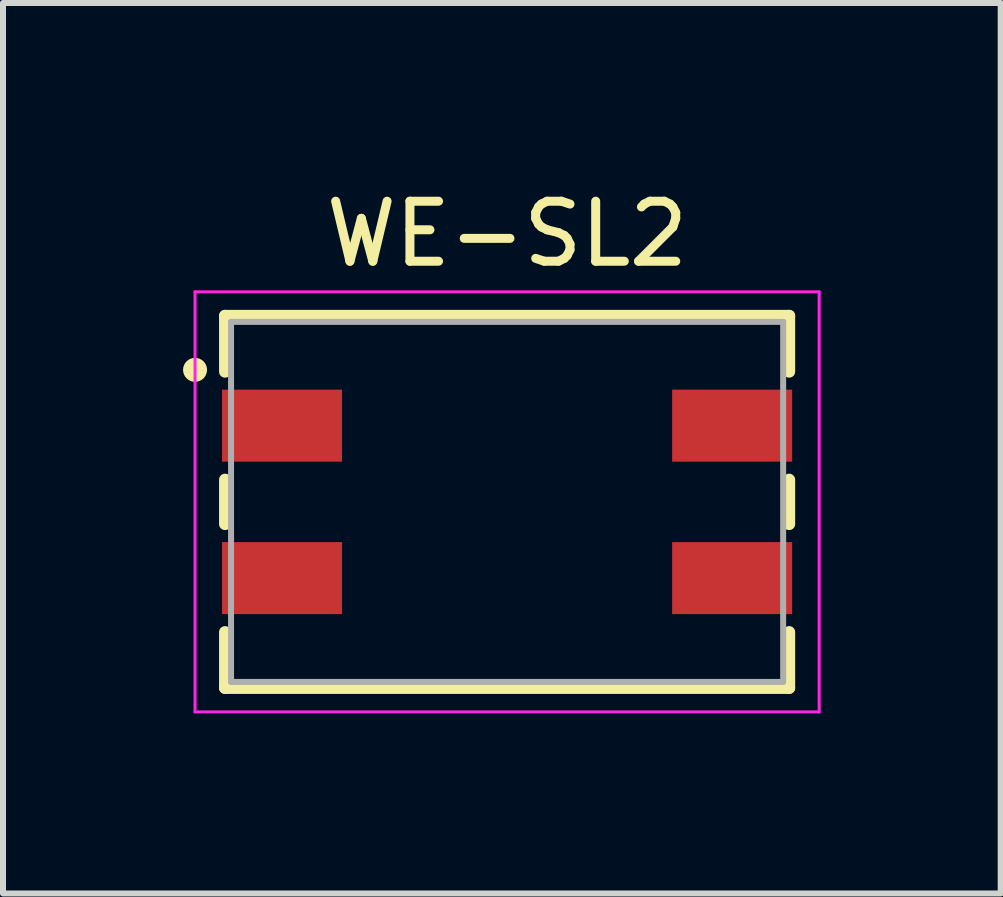
<source format=kicad_pcb>
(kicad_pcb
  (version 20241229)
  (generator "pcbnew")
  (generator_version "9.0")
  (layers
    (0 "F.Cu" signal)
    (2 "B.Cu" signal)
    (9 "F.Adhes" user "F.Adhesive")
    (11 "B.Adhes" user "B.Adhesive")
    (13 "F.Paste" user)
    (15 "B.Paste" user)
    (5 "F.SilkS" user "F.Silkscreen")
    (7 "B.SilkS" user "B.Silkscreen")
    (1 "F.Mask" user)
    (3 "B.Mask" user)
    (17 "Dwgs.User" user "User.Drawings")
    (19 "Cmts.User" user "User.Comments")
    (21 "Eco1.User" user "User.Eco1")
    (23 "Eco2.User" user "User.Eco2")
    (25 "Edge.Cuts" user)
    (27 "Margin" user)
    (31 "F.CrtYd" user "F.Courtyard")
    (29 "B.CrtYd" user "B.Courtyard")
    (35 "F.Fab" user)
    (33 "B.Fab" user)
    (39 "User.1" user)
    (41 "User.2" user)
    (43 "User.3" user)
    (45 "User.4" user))
  (footprint "WE-SL2"
    (layer "F.Cu")
    (at 5.4 5.313)
    (property "Reference" "WE-SL2" (at 0 -4.465 0) (layer "F.SilkS") (effects (font (size 1 1) (thickness 0.15))))
    (attr smd)
    (fp_line (start -4.7 -3.1) (end 4.7 -3.1) (stroke (width 0.2) (type solid)) (layer "F.SilkS"))
    (fp_line (start -4.7 -2.17) (end -4.7 -3.1) (stroke (width 0.2) (type solid)) (layer "F.SilkS"))
    (fp_line (start -4.7 -0.37) (end -4.7 0.37) (stroke (width 0.2) (type solid)) (layer "F.SilkS"))
    (fp_line (start -4.7 2.17) (end -4.7 3.1) (stroke (width 0.2) (type solid)) (layer "F.SilkS"))
    (fp_line (start -4.7 3.1) (end 4.7 3.1) (stroke (width 0.2) (type solid)) (layer "F.SilkS"))
    (fp_line (start 4.7 -2.17) (end 4.7 -3.1) (stroke (width 0.2) (type solid)) (layer "F.SilkS"))
    (fp_line (start 4.7 -0.37) (end 4.7 0.37) (stroke (width 0.2) (type solid)) (layer "F.SilkS"))
    (fp_line (start 4.7 2.17) (end 4.7 3.1) (stroke (width 0.2) (type solid)) (layer "F.SilkS"))
    (fp_circle (center -5.2 -2.2) (end -5.1 -2.2) (stroke (width 0.2) (type solid)) (fill no) (layer "F.SilkS"))
    (fp_line (start -5.2 -3.5) (end -5.2 3.5) (stroke (width 0.05) (type solid)) (layer "F.CrtYd"))
    (fp_line (start -5.2 -3.5) (end 5.2 -3.5) (stroke (width 0.05) (type solid)) (layer "F.CrtYd"))
    (fp_line (start 5.2 3.5) (end -5.2 3.5) (stroke (width 0.05) (type solid)) (layer "F.CrtYd"))
    (fp_line (start 5.2 3.5) (end 5.2 -3.5) (stroke (width 0.05) (type default)) (layer "F.CrtYd"))
    (fp_line (start -4.6 -3) (end -4.6 3) (stroke (width 0.1) (type solid)) (layer "F.Fab"))
    (fp_line (start -4.6 3) (end 4.6 3) (stroke (width 0.1) (type solid)) (layer "F.Fab"))
    (fp_line (start 4.6 -3) (end -4.6 -3) (stroke (width 0.1) (type solid)) (layer "F.Fab"))
    (fp_line (start 4.6 3) (end 4.6 -3) (stroke (width 0.1) (type solid)) (layer "F.Fab"))
    (pad "1" smd rect (at -3.75 -1.27) (size 2 1.2) (layers "F.Cu" "F.Mask" "F.Paste"))
    (pad "2" smd rect (at -3.75 1.27) (size 2 1.2) (layers "F.Cu" "F.Mask" "F.Paste"))
    (pad "3" smd rect (at 3.75 1.27) (size 2 1.2) (layers "F.Cu" "F.Mask" "F.Paste"))
    (pad "4" smd rect (at 3.75 -1.27) (size 2 1.2) (layers "F.Cu" "F.Mask" "F.Paste")))
  (gr_rect
    (start -3 -3)
    (end 13.625 11.838)
    (stroke (width 0.1) (type default))
    (fill no)
    (layer "Edge.Cuts")))
</source>
